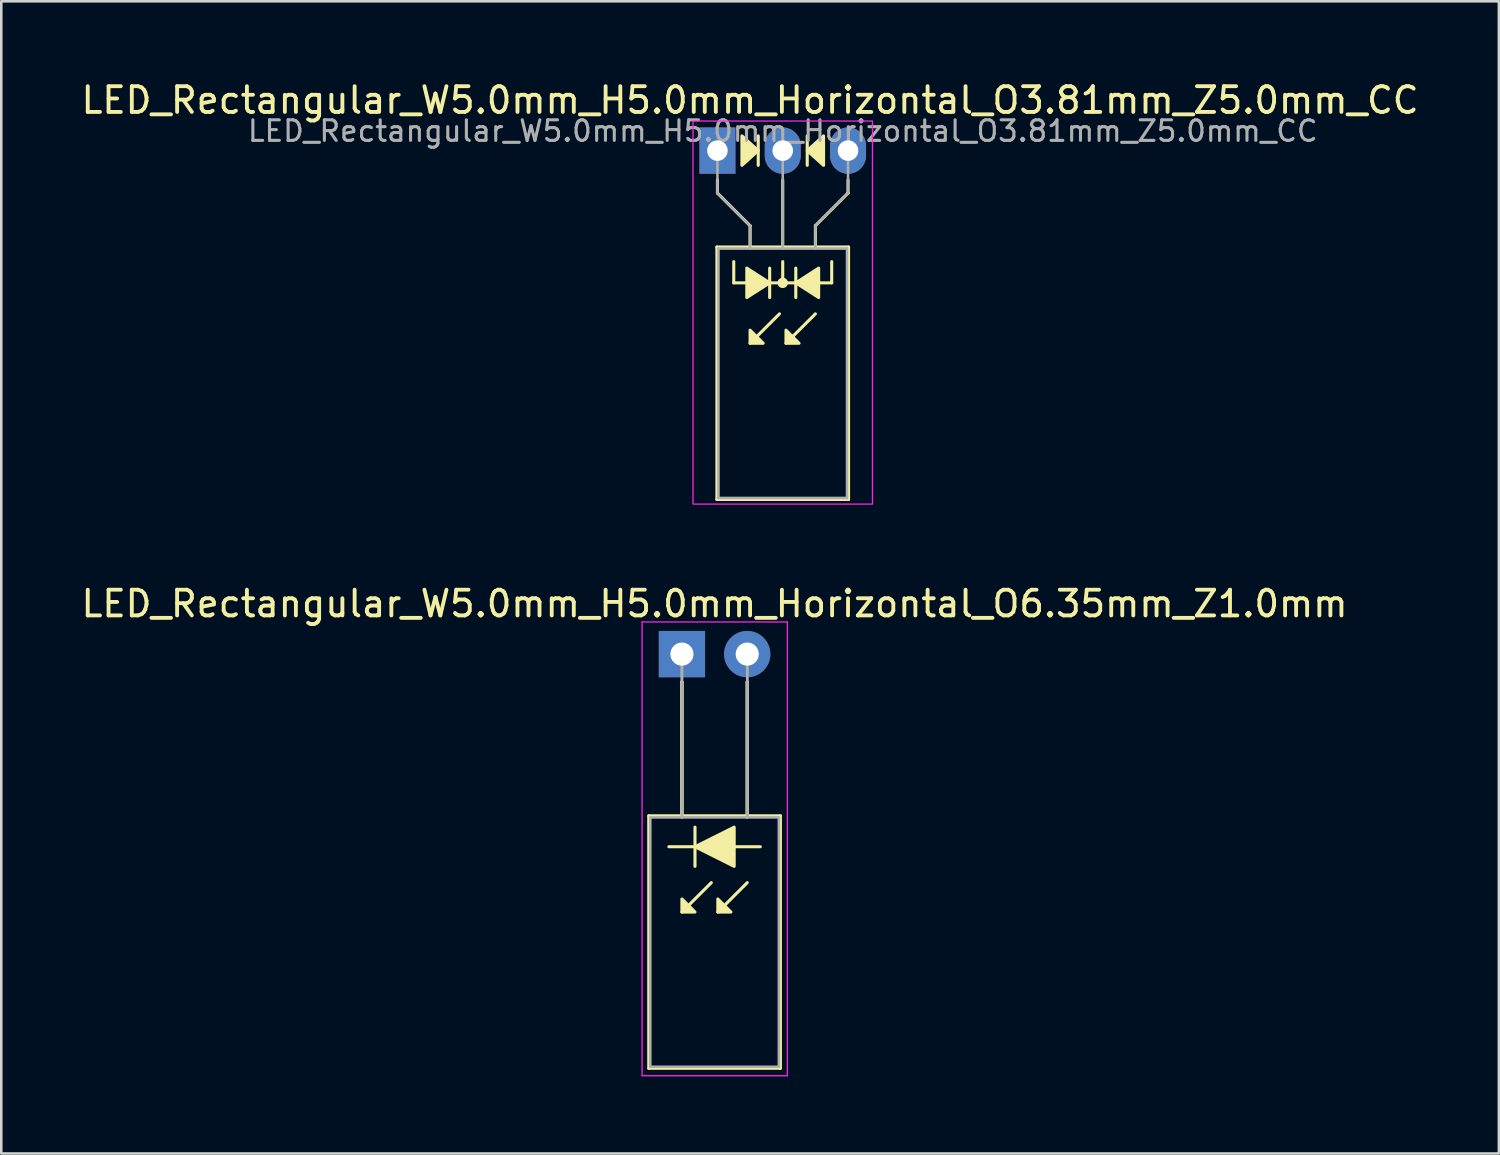
<source format=kicad_pcb>
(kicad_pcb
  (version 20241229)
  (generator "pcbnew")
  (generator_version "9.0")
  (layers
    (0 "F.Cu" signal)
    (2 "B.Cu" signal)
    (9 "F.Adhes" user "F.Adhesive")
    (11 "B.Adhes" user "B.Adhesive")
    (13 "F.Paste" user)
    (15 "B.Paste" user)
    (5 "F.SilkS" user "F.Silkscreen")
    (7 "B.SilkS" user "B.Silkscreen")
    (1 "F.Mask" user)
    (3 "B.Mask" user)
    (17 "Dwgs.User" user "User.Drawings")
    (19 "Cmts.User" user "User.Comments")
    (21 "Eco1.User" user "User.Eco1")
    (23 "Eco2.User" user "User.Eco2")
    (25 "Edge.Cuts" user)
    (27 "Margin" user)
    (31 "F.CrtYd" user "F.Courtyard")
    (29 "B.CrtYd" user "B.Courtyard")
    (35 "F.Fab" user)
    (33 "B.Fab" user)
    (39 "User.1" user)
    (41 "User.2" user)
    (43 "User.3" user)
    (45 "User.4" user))
  (footprint "LED_Rectangular_W5.0mm_H5.0mm_Horizontal_O6.35mm_Z1.0mm"
    (layer "F.Cu")
    (at 23.474 22.392)
    (property "Reference" "LED_Rectangular_W5.0mm_H5.0mm_Horizontal_O6.35mm_Z1.0mm" (at 1.27 -1.96 0) (layer "F.SilkS") (effects (font (size 1 1) (thickness 0.15))))
    (fp_line (start -1.29 6.29) (end -1.29 16.11) (stroke (width 0.12) (type solid)) (layer "F.SilkS"))
    (fp_line (start -1.29 16.11) (end 3.83 16.11) (stroke (width 0.12) (type solid)) (layer "F.SilkS"))
    (fp_line (start 0 1.08) (end 0 1.08) (stroke (width 0.12) (type solid)) (layer "F.SilkS"))
    (fp_line (start 0 1.08) (end 0 6.29) (stroke (width 0.12) (type solid)) (layer "F.SilkS"))
    (fp_line (start 0 6.29) (end 0 1.08) (stroke (width 0.12) (type solid)) (layer "F.SilkS"))
    (fp_line (start 0 6.29) (end 0 6.29) (stroke (width 0.12) (type solid)) (layer "F.SilkS"))
    (fp_line (start 0.508 6.731) (end 0.508 8.255) (stroke (width 0.12) (type solid)) (layer "F.SilkS"))
    (fp_line (start 0.508 7.493) (end -0.508 7.493) (stroke (width 0.12) (type solid)) (layer "F.SilkS"))
    (fp_line (start 1.143 8.89) (end 0 10.033) (stroke (width 0.12) (type solid)) (layer "F.SilkS"))
    (fp_line (start 2.54 1.08) (end 2.54 1.08) (stroke (width 0.12) (type solid)) (layer "F.SilkS"))
    (fp_line (start 2.54 1.08) (end 2.54 6.29) (stroke (width 0.12) (type solid)) (layer "F.SilkS"))
    (fp_line (start 2.54 6.29) (end 2.54 1.08) (stroke (width 0.12) (type solid)) (layer "F.SilkS"))
    (fp_line (start 2.54 6.29) (end 2.54 6.29) (stroke (width 0.12) (type solid)) (layer "F.SilkS"))
    (fp_line (start 2.54 8.89) (end 1.397 10.033) (stroke (width 0.12) (type solid)) (layer "F.SilkS"))
    (fp_line (start 3.048 7.493) (end 2.032 7.493) (stroke (width 0.12) (type solid)) (layer "F.SilkS"))
    (fp_line (start 3.83 6.29) (end -1.29 6.29) (stroke (width 0.12) (type solid)) (layer "F.SilkS"))
    (fp_line (start 3.83 16.11) (end 3.83 6.29) (stroke (width 0.12) (type solid)) (layer "F.SilkS"))
    (fp_poly (pts (xy 0 9.525) (xy 0.508 10.033) (xy 0 10.033)) (stroke (width 0.12) (type solid)) (fill yes) (layer "F.SilkS"))
    (fp_poly (pts (xy 1.397 9.525) (xy 1.905 10.033) (xy 1.397 10.033)) (stroke (width 0.12) (type solid)) (fill yes) (layer "F.SilkS"))
    (fp_poly (pts (xy 2.032 8.255) (xy 0.508 7.493) (xy 2.032 6.731)) (stroke (width 0.12) (type solid)) (fill yes) (layer "F.SilkS"))
    (fp_line (start -1.55 -1.25) (end -1.55 16.4) (stroke (width 0.05) (type solid)) (layer "F.CrtYd"))
    (fp_line (start -1.55 16.4) (end 4.1 16.4) (stroke (width 0.05) (type solid)) (layer "F.CrtYd"))
    (fp_line (start 4.1 -1.25) (end -1.55 -1.25) (stroke (width 0.05) (type solid)) (layer "F.CrtYd"))
    (fp_line (start 4.1 16.4) (end 4.1 -1.25) (stroke (width 0.05) (type solid)) (layer "F.CrtYd"))
    (fp_line (start -1.23 6.35) (end -1.23 16.05) (stroke (width 0.1) (type solid)) (layer "F.Fab"))
    (fp_line (start -1.23 16.05) (end 3.77 16.05) (stroke (width 0.1) (type solid)) (layer "F.Fab"))
    (fp_line (start 0 0) (end 0 0) (stroke (width 0.1) (type solid)) (layer "F.Fab"))
    (fp_line (start 0 0) (end 0 6.35) (stroke (width 0.1) (type solid)) (layer "F.Fab"))
    (fp_line (start 0 6.35) (end 0 0) (stroke (width 0.1) (type solid)) (layer "F.Fab"))
    (fp_line (start 0 6.35) (end 0 6.35) (stroke (width 0.1) (type solid)) (layer "F.Fab"))
    (fp_line (start 2.54 0) (end 2.54 0) (stroke (width 0.1) (type solid)) (layer "F.Fab"))
    (fp_line (start 2.54 0) (end 2.54 6.35) (stroke (width 0.1) (type solid)) (layer "F.Fab"))
    (fp_line (start 2.54 6.35) (end 2.54 0) (stroke (width 0.1) (type solid)) (layer "F.Fab"))
    (fp_line (start 2.54 6.35) (end 2.54 6.35) (stroke (width 0.1) (type solid)) (layer "F.Fab"))
    (fp_line (start 3.77 6.35) (end -1.23 6.35) (stroke (width 0.1) (type solid)) (layer "F.Fab"))
    (fp_line (start 3.77 16.05) (end 3.77 6.35) (stroke (width 0.1) (type solid)) (layer "F.Fab"))
    (pad "1" thru_hole rect (at 0 0) (size 1.8 1.8) (drill 0.9) (layers "*.Cu" "*.Mask"))
    (pad "2" thru_hole circle (at 2.54 0) (size 1.8 1.8) (drill 0.9) (layers "*.Cu" "*.Mask")))
  (footprint "LED_Rectangular_W5.0mm_H5.0mm_Horizontal_O3.81mm_Z5.0mm_CC"
    (layer "F.Cu")
    (at 24.855 2.808)
    (property "Reference" "LED_Rectangular_W5.0mm_H5.0mm_Horizontal_O3.81mm_Z5.0mm_CC" (at 1.27 -1.96 0) (layer "F.SilkS") (effects (font (size 1 1) (thickness 0.15))))
    (fp_line (start -0.02 3.75) (end -0.02 13.57) (stroke (width 0.12) (type solid)) (layer "F.SilkS"))
    (fp_line (start -0.02 13.57) (end 5.1 13.57) (stroke (width 0.12) (type solid)) (layer "F.SilkS"))
    (fp_line (start 0 1.143) (end 0 1.651) (stroke (width 0.12) (type default)) (layer "F.SilkS"))
    (fp_line (start 0 1.651) (end 1.27 2.921) (stroke (width 0.12) (type default)) (layer "F.SilkS"))
    (fp_line (start 0.635 5.144) (end 0.635 4.318) (stroke (width 0.12) (type default)) (layer "F.SilkS"))
    (fp_line (start 0.635 5.144) (end 4.445 5.144) (stroke (width 0.12) (type default)) (layer "F.SilkS"))
    (fp_line (start 1.27 2.921) (end 1.27 3.75) (stroke (width 0.12) (type default)) (layer "F.SilkS"))
    (fp_line (start 1.27 3.75) (end 1.27 3.75) (stroke (width 0.12) (type solid)) (layer "F.SilkS"))
    (fp_line (start 1.587 0.572) (end 1.587 -0.572) (stroke (width 0.12) (type solid)) (layer "F.SilkS"))
    (fp_line (start 2.032 5.715) (end 2.032 4.572) (stroke (width 0.12) (type solid)) (layer "F.SilkS"))
    (fp_line (start 2.413 6.35) (end 1.27 7.493) (stroke (width 0.12) (type solid)) (layer "F.SilkS"))
    (fp_line (start 2.54 3.75) (end 2.54 1.143) (stroke (width 0.12) (type default)) (layer "F.SilkS"))
    (fp_line (start 2.54 5.144) (end 2.54 4.318) (stroke (width 0.12) (type default)) (layer "F.SilkS"))
    (fp_line (start 3.048 4.572) (end 3.048 5.715) (stroke (width 0.12) (type solid)) (layer "F.SilkS"))
    (fp_line (start 3.493 -0.572) (end 3.493 0.572) (stroke (width 0.12) (type solid)) (layer "F.SilkS"))
    (fp_line (start 3.81 2.921) (end 3.81 3.75) (stroke (width 0.12) (type default)) (layer "F.SilkS"))
    (fp_line (start 3.81 3.75) (end 3.81 3.75) (stroke (width 0.12) (type solid)) (layer "F.SilkS"))
    (fp_line (start 3.81 6.35) (end 2.667 7.493) (stroke (width 0.12) (type solid)) (layer "F.SilkS"))
    (fp_line (start 4.445 5.144) (end 4.445 4.318) (stroke (width 0.12) (type default)) (layer "F.SilkS"))
    (fp_line (start 5.08 1.143) (end 5.08 1.651) (stroke (width 0.12) (type default)) (layer "F.SilkS"))
    (fp_line (start 5.08 1.651) (end 3.81 2.921) (stroke (width 0.12) (type default)) (layer "F.SilkS"))
    (fp_line (start 5.1 3.75) (end -0.02 3.75) (stroke (width 0.12) (type solid)) (layer "F.SilkS"))
    (fp_line (start 5.1 13.57) (end 5.1 3.75) (stroke (width 0.12) (type solid)) (layer "F.SilkS"))
    (fp_circle (center 2.54 5.144) (end 2.682 5.144) (stroke (width 0.12) (type solid)) (fill yes) (layer "F.SilkS"))
    (fp_poly (pts (xy 0.953 -0.572) (xy 1.587 0) (xy 0.953 0.572)) (stroke (width 0.12) (type solid)) (fill yes) (layer "F.SilkS"))
    (fp_poly (pts (xy 1.143 4.572) (xy 2.032 5.144) (xy 1.143 5.715)) (stroke (width 0.12) (type solid)) (fill yes) (layer "F.SilkS"))
    (fp_poly (pts (xy 1.27 6.985) (xy 1.778 7.493) (xy 1.27 7.493)) (stroke (width 0.12) (type solid)) (fill yes) (layer "F.SilkS"))
    (fp_poly (pts (xy 2.667 6.985) (xy 3.175 7.493) (xy 2.667 7.493)) (stroke (width 0.12) (type solid)) (fill yes) (layer "F.SilkS"))
    (fp_poly (pts (xy 3.937 5.715) (xy 3.048 5.144) (xy 3.937 4.572)) (stroke (width 0.12) (type solid)) (fill yes) (layer "F.SilkS"))
    (fp_poly (pts (xy 4.128 0.572) (xy 3.493 0) (xy 4.128 -0.572)) (stroke (width 0.12) (type solid)) (fill yes) (layer "F.SilkS"))
    (fp_rect (start -0.95 -1.15) (end 6.03 13.75) (stroke (width 0.05) (type default)) (fill no) (layer "F.CrtYd"))
    (fp_line (start 0 0) (end 0 0) (stroke (width 0.1) (type solid)) (layer "F.Fab"))
    (fp_line (start 0 1.651) (end 0 0) (stroke (width 0.1) (type default)) (layer "F.Fab"))
    (fp_line (start 0.04 3.81) (end 0.04 13.51) (stroke (width 0.1) (type solid)) (layer "F.Fab"))
    (fp_line (start 0.04 13.51) (end 5.04 13.51) (stroke (width 0.1) (type solid)) (layer "F.Fab"))
    (fp_line (start 1.27 2.921) (end 0 1.651) (stroke (width 0.1) (type default)) (layer "F.Fab"))
    (fp_line (start 1.27 2.921) (end 1.27 3.81) (stroke (width 0.1) (type default)) (layer "F.Fab"))
    (fp_line (start 1.27 3.81) (end 1.27 3.81) (stroke (width 0.1) (type solid)) (layer "F.Fab"))
    (fp_line (start 2.54 0) (end 2.54 0) (stroke (width 0.1) (type solid)) (layer "F.Fab"))
    (fp_line (start 2.54 0) (end 2.54 3.81) (stroke (width 0.1) (type default)) (layer "F.Fab"))
    (fp_line (start 3.81 2.921) (end 3.81 3.81) (stroke (width 0.1) (type default)) (layer "F.Fab"))
    (fp_line (start 3.81 2.921) (end 5.08 1.651) (stroke (width 0.1) (type default)) (layer "F.Fab"))
    (fp_line (start 3.81 3.81) (end 3.81 3.81) (stroke (width 0.1) (type solid)) (layer "F.Fab"))
    (fp_line (start 5.04 3.81) (end 0.04 3.81) (stroke (width 0.1) (type solid)) (layer "F.Fab"))
    (fp_line (start 5.04 13.51) (end 5.04 3.81) (stroke (width 0.1) (type solid)) (layer "F.Fab"))
    (fp_line (start 5.08 1.651) (end 5.08 0) (stroke (width 0.1) (type default)) (layer "F.Fab"))
    (fp_text user "${REFERENCE}" (at 2.54 -0.762 0) (layer "F.Fab") (effects (font (size 0.8 0.8) (thickness 0.12))))
    (pad "1" thru_hole rect (at 0 0) (size 1.4 1.8) (drill 0.8) (layers "*.Cu" "*.Mask"))
    (pad "2" thru_hole oval (at 2.54 0) (size 1.4 1.8) (drill 0.8) (layers "*.Cu" "*.Mask"))
    (pad "3" thru_hole oval (at 5.08 0) (size 1.4 1.8) (drill 0.8) (layers "*.Cu" "*.Mask")))
  (gr_rect
    (start -3 -3)
    (end 55.25 41.816)
    (stroke (width 0.1) (type default))
    (fill no)
    (layer "Edge.Cuts")))
</source>
